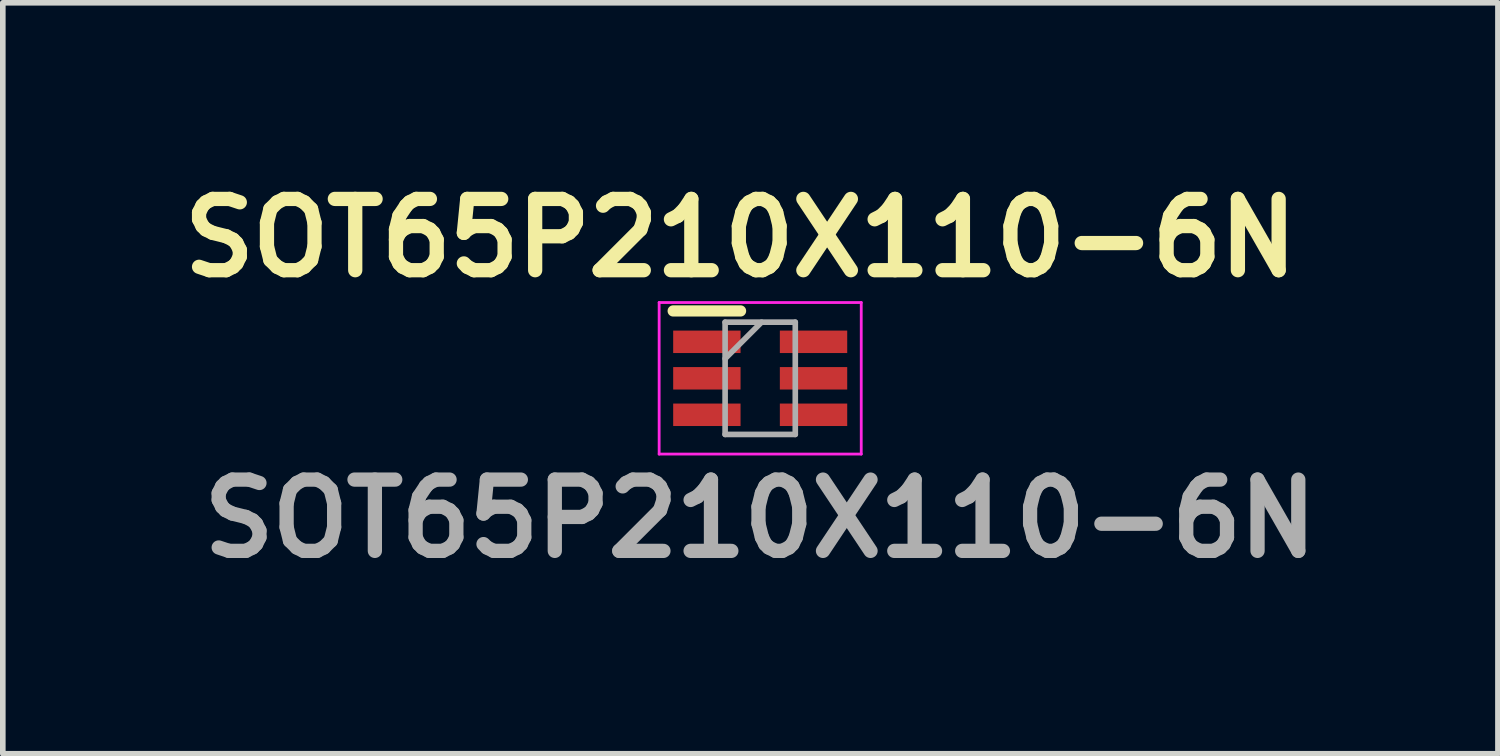
<source format=kicad_pcb>
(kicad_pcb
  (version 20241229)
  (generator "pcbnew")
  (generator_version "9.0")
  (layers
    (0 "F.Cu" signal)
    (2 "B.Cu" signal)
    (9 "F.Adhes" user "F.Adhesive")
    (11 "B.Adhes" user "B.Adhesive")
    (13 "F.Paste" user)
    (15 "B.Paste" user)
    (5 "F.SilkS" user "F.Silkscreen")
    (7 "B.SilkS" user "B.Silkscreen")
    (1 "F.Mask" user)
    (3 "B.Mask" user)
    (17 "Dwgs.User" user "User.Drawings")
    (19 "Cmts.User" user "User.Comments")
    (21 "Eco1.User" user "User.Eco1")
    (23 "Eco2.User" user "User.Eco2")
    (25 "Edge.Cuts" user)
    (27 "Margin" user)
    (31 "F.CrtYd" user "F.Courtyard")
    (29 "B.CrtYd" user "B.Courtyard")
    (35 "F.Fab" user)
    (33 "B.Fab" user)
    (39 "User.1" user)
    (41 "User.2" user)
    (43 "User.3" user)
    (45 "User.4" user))
  (footprint "SOT65P210X110-6N"
    (layer "F.Cu")
    (at 10.492 3.689)
    (property "Reference" "SOT65P210X110-6N" (at -0.35 -2.5 0) (layer "F.SilkS") (effects (font (size 1.27 1.27) (thickness 0.254))))
    (attr smd)
    (fp_line (start -1.55 -1.2) (end -0.35 -1.2) (stroke (width 0.2) (type solid)) (layer "F.SilkS"))
    (fp_line (start -1.8 -1.35) (end 1.8 -1.35) (stroke (width 0.05) (type solid)) (layer "F.CrtYd"))
    (fp_line (start -1.8 1.35) (end -1.8 -1.35) (stroke (width 0.05) (type solid)) (layer "F.CrtYd"))
    (fp_line (start 1.8 -1.35) (end 1.8 1.35) (stroke (width 0.05) (type solid)) (layer "F.CrtYd"))
    (fp_line (start 1.8 1.35) (end -1.8 1.35) (stroke (width 0.05) (type solid)) (layer "F.CrtYd"))
    (fp_line (start -0.625 -1) (end 0.625 -1) (stroke (width 0.1) (type solid)) (layer "F.Fab"))
    (fp_line (start -0.625 -0.35) (end 0.025 -1) (stroke (width 0.1) (type solid)) (layer "F.Fab"))
    (fp_line (start -0.625 1) (end -0.625 -1) (stroke (width 0.1) (type solid)) (layer "F.Fab"))
    (fp_line (start 0.625 -1) (end 0.625 1) (stroke (width 0.1) (type solid)) (layer "F.Fab"))
    (fp_line (start 0.625 1) (end -0.625 1) (stroke (width 0.1) (type solid)) (layer "F.Fab"))
    (fp_text user "${REFERENCE}" (at 0 2.5 0) (layer "F.Fab") (effects (font (size 1.27 1.27) (thickness 0.254))))
    (pad "1" smd rect (at -0.95 -0.65 90) (size 0.4 1.2) (layers "F.Cu" "F.Mask" "F.Paste"))
    (pad "2" smd rect (at -0.95 0 90) (size 0.4 1.2) (layers "F.Cu" "F.Mask" "F.Paste"))
    (pad "3" smd rect (at -0.95 0.65 90) (size 0.4 1.2) (layers "F.Cu" "F.Mask" "F.Paste"))
    (pad "4" smd rect (at 0.95 0.65 90) (size 0.4 1.2) (layers "F.Cu" "F.Mask" "F.Paste"))
    (pad "5" smd rect (at 0.95 0 90) (size 0.4 1.2) (layers "F.Cu" "F.Mask" "F.Paste"))
    (pad "6" smd rect (at 0.95 -0.65 90) (size 0.4 1.2) (layers "F.Cu" "F.Mask" "F.Paste")))
  (gr_rect
    (start -3 -3)
    (end 23.634 10.377)
    (stroke (width 0.1) (type default))
    (fill no)
    (layer "Edge.Cuts")))
</source>
